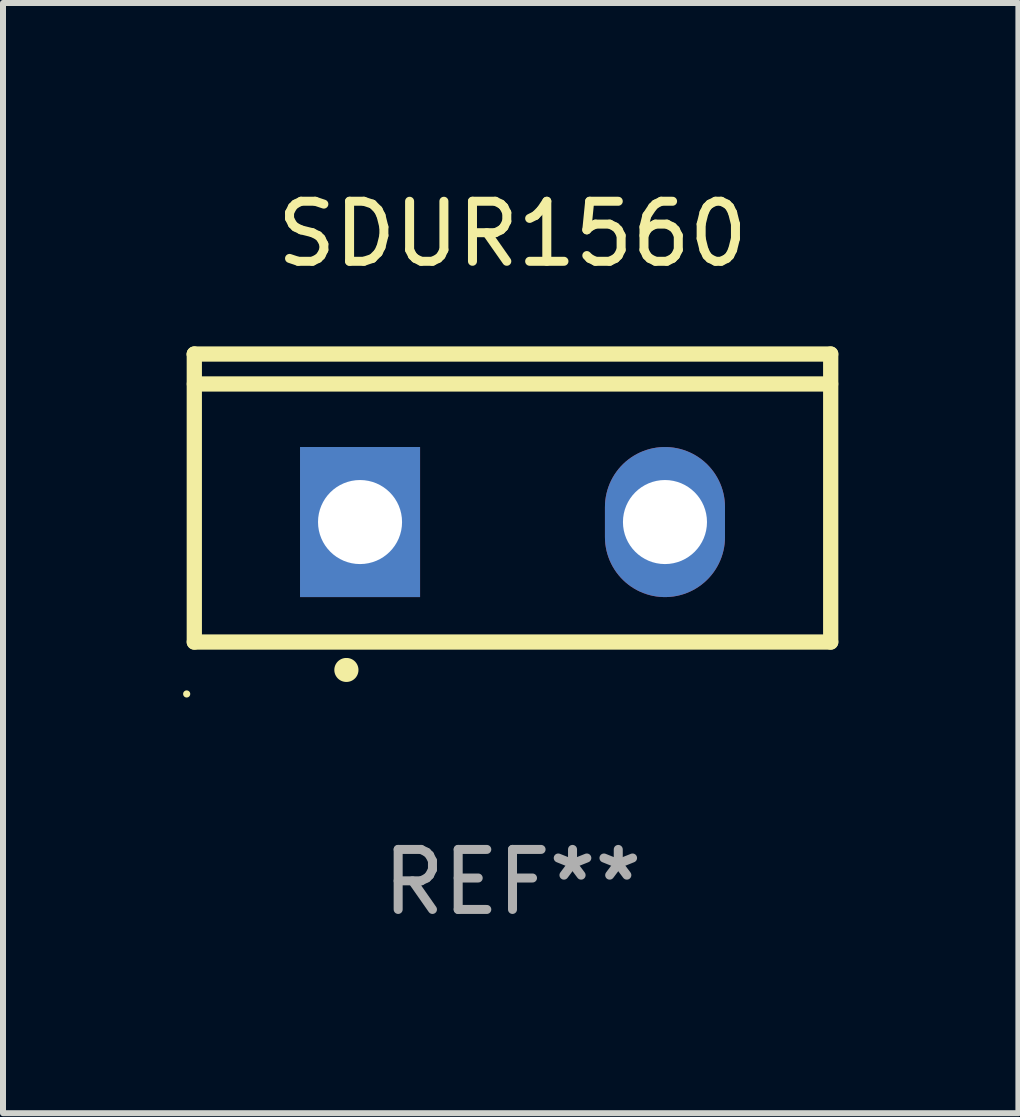
<source format=kicad_pcb>
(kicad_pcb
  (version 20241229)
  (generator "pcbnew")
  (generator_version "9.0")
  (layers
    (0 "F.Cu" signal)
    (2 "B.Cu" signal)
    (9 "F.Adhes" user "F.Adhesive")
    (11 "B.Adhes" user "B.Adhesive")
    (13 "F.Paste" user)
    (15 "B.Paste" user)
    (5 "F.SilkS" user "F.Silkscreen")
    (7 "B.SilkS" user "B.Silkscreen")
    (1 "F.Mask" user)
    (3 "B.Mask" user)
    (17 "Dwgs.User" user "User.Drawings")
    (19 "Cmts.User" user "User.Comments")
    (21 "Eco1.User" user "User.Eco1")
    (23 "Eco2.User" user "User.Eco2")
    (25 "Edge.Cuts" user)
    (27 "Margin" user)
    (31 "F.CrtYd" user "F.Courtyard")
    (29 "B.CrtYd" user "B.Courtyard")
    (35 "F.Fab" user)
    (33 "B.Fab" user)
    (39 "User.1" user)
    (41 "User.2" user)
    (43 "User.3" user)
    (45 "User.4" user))
  (footprint "SDUR1560"
    (layer "F.Cu")
    (at 5.488 5.247)
    (property "Reference" "SDUR1560" (at 0 -4.399 0) (layer "F.SilkS") (effects (font (size 1 1) (thickness 0.15))))
    (attr through_hole)
    (fp_line (start -5.301 -2.399) (end 5.301 -2.399) (stroke (width 0.254) (type solid)) (layer "F.SilkS"))
    (fp_line (start -5.301 -2.394) (end -5.301 -2.399) (stroke (width 0.254) (type solid)) (layer "F.SilkS"))
    (fp_line (start -5.301 2.399) (end -5.301 -2.394) (stroke (width 0.254) (type solid)) (layer "F.SilkS"))
    (fp_line (start 5.3 -1.9) (end -5.3 -1.9) (stroke (width 0.254) (type solid)) (layer "F.SilkS"))
    (fp_line (start 5.301 -2.399) (end 5.301 2.399) (stroke (width 0.254) (type solid)) (layer "F.SilkS"))
    (fp_line (start 5.301 2.399) (end -5.301 2.399) (stroke (width 0.254) (type solid)) (layer "F.SilkS"))
    (fp_arc (start -2.768606 2.863843) (mid -2.767336 2.863839) (end -2.766066 2.863843) (stroke (width 0.4) (type solid)) (layer "F.SilkS"))
    (fp_circle (center -5.428 3.264) (end -5.398 3.264) (stroke (width 0.06) (type solid)) (fill no) (layer "F.SilkS"))
    (fp_text user "REF**" (at 0 6.399 0) (layer "F.Fab") (effects (font (size 1 1) (thickness 0.15))))
    (pad "1" thru_hole rect (at -2.54 0.4) (size 2 2.5) (drill 1.4) (layers "*.Cu" "*.Mask"))
    (pad "2" thru_hole oval (at 2.54 0.4) (size 2 2.5) (drill 1.4) (layers "*.Cu" "*.Mask")))
  (gr_rect
    (start -3 -3)
    (end 13.916 15.495)
    (stroke (width 0.1) (type default))
    (fill no)
    (layer "Edge.Cuts")))
</source>
